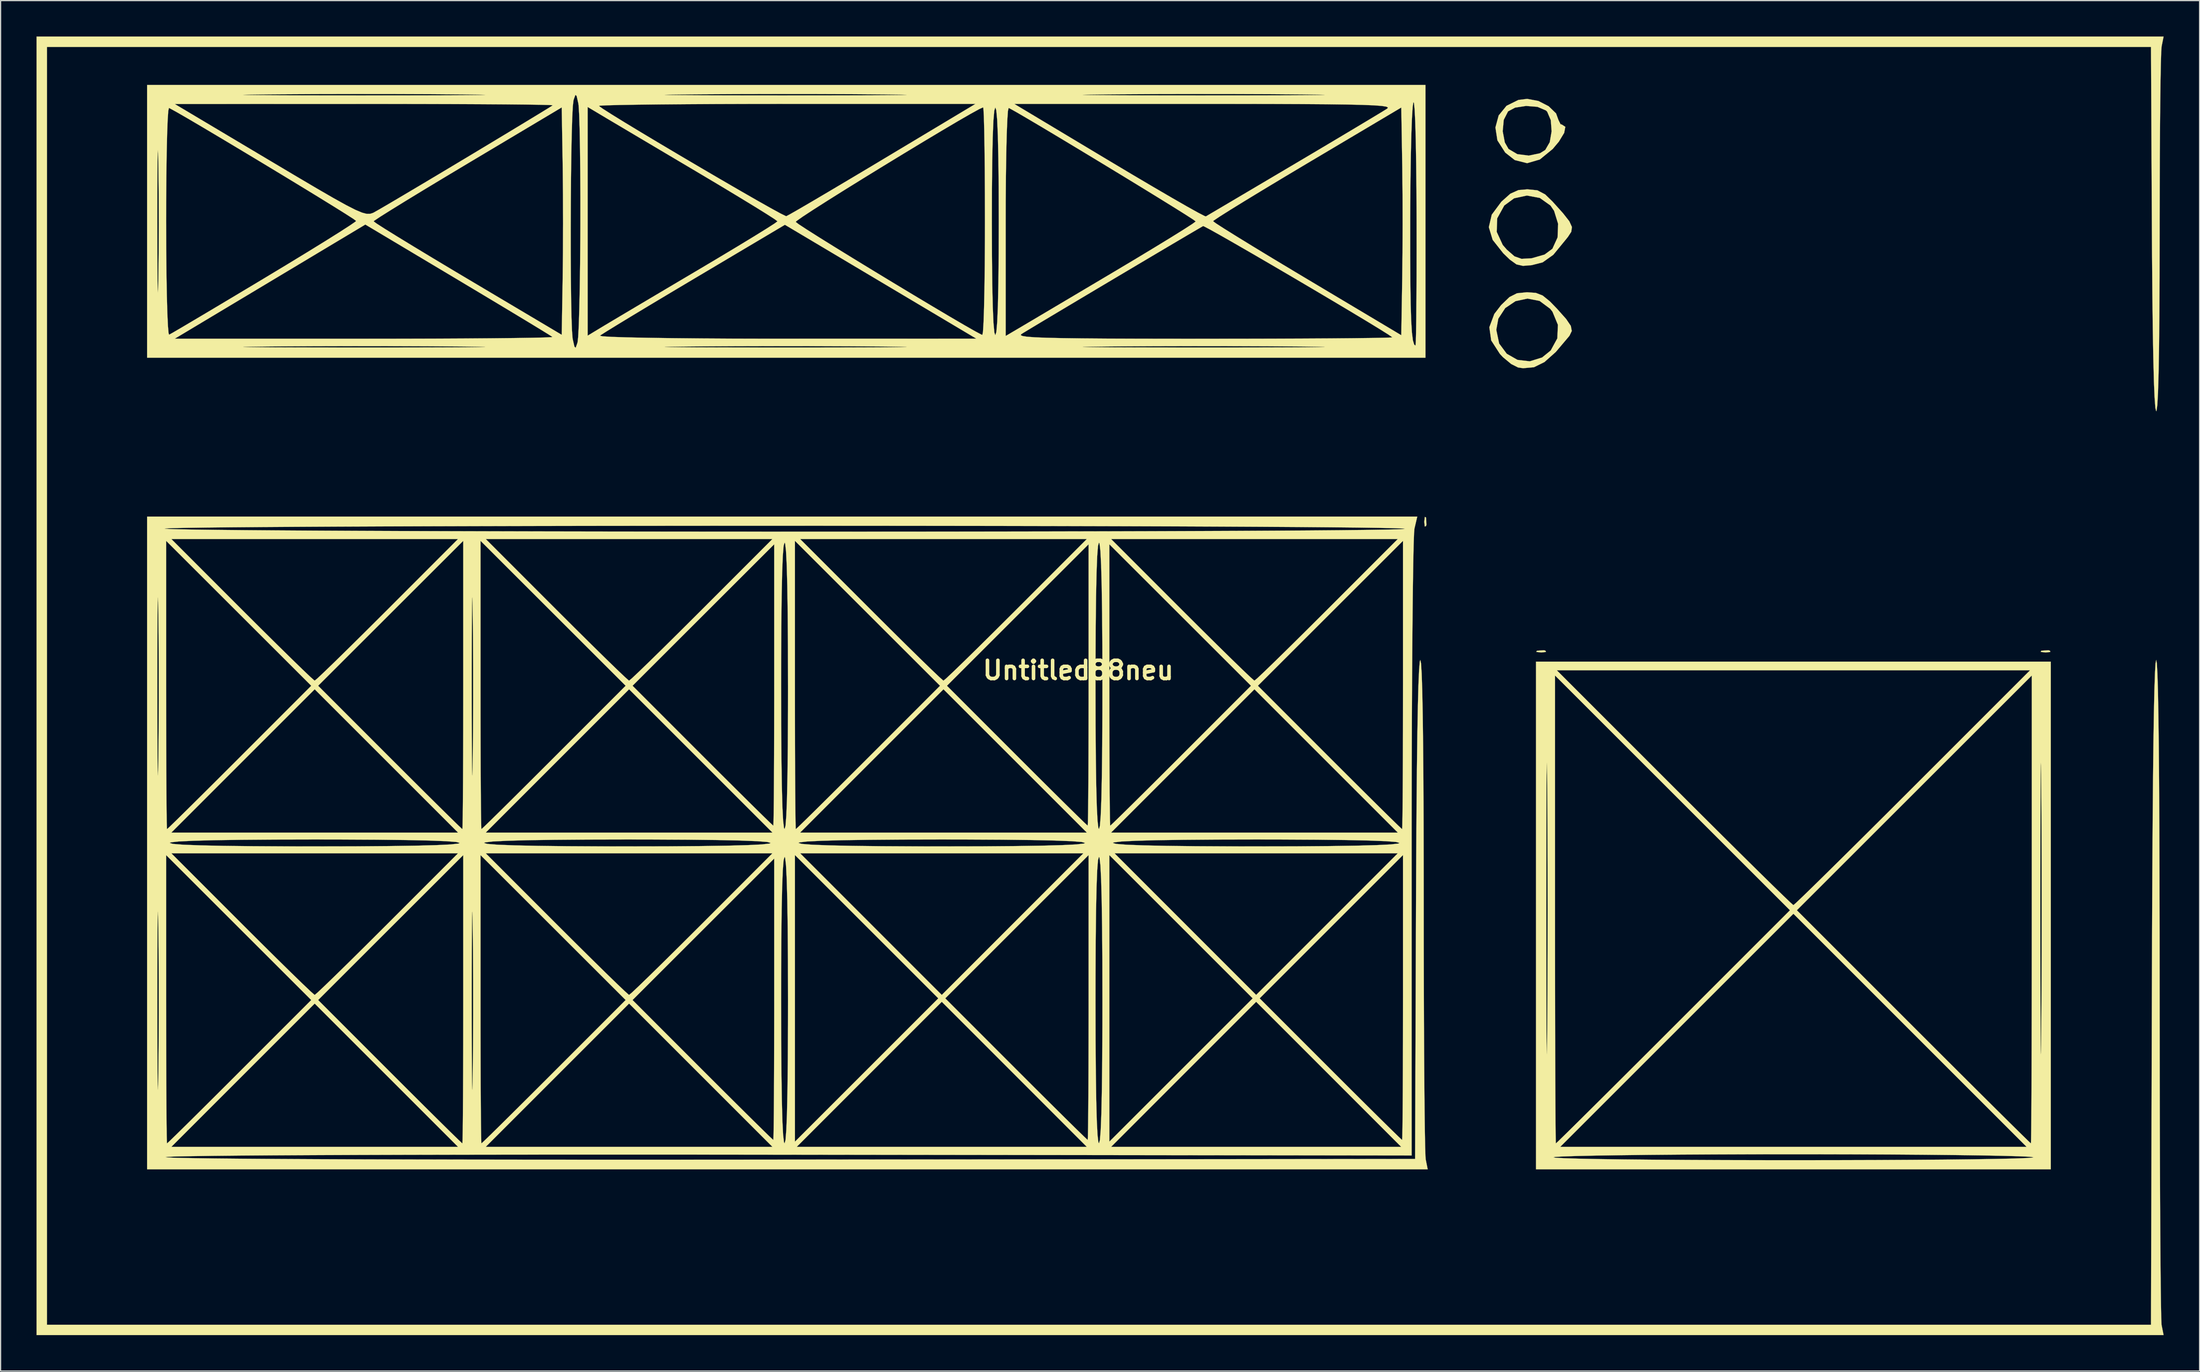
<source format=kicad_pcb>
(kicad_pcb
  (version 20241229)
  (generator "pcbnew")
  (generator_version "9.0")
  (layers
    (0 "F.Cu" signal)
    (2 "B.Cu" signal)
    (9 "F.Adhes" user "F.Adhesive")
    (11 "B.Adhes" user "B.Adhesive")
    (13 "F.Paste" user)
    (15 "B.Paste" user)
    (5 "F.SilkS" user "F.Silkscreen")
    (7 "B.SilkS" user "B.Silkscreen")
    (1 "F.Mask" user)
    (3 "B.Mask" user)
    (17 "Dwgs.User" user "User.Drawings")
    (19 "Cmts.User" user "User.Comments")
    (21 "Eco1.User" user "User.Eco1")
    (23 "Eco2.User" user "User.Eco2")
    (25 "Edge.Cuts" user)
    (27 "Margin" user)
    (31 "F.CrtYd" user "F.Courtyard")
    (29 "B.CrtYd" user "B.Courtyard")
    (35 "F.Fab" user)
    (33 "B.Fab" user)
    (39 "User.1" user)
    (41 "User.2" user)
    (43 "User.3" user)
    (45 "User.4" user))
  (footprint "Untitled88neu"
    (layer "F.Cu")
    (at 87.029 52.97)
    (property "Reference" "Untitled88neu" (at 0 0 0) (layer "F.SilkS") (effects (font (size 1.524 1.524) (thickness 0.3))))
    (attr through_hole)
    (fp_poly (pts (xy 29.055 -12.772) (xy 29.093 -12.181) (xy 29.055 -12.051) (xy 28.949 -12.014) (xy 28.909 -12.411) (xy 28.955 -12.821) (xy 29.055 -12.772)) (stroke (width 0.01) (type solid)) (fill yes) (layer "F.SilkS"))
    (fp_poly (pts (xy 39.038 -1.634) (xy 39.074 -1.529) (xy 38.677 -1.489) (xy 38.268 -1.534) (xy 38.316 -1.634) (xy 38.907 -1.672) (xy 39.038 -1.634)) (stroke (width 0.01) (type solid)) (fill yes) (layer "F.SilkS"))
    (fp_poly (pts (xy 81.179 -1.634) (xy 81.215 -1.529) (xy 80.818 -1.489) (xy 80.408 -1.534) (xy 80.457 -1.634) (xy 81.048 -1.672) (xy 81.179 -1.634)) (stroke (width 0.01) (type solid)) (fill yes) (layer "F.SilkS"))
    (fp_poly (pts (xy 38.44 -47.582) (xy 39.303 -47.138) (xy 39.919 -46.542) (xy 40.12 -45.987) (xy 40.294 -45.637) (xy 40.409 -45.605) (xy 40.693 -45.418) (xy 40.598 -44.916) (xy 40.158 -44.189) (xy 39.641 -43.572) (xy 38.564 -42.691) (xy 37.501 -42.381) (xy 36.469 -42.642) (xy 35.672 -43.269) (xy 35.018 -44.291) (xy 34.901 -45.052) (xy 35.461 -45.052) (xy 35.639 -44.112) (xy 35.951 -43.567) (xy 36.68 -43.137) (xy 37.64 -43.016) (xy 38.573 -43.21) (xy 39.015 -43.485) (xy 39.392 -44.136) (xy 39.548 -45.048) (xy 39.479 -45.978) (xy 39.179 -46.682) (xy 39.074 -46.789) (xy 38.365 -47.09) (xy 37.417 -47.166) (xy 36.497 -47.025) (xy 35.91 -46.713) (xy 35.55 -46.007) (xy 35.461 -45.052) (xy 34.901 -45.052) (xy 34.853 -45.367) (xy 35.124 -46.371) (xy 35.782 -47.179) (xy 36.774 -47.668) (xy 37.506 -47.756) (xy 38.44 -47.582)) (stroke (width 0.01) (type solid)) (fill yes) (layer "F.SilkS"))
    (fp_poly (pts (xy 38.231 -31.542) (xy 38.801 -31.32) (xy 39.408 -30.827) (xy 39.996 -30.22) (xy 40.759 -29.363) (xy 41.153 -28.783) (xy 41.232 -28.359) (xy 41.048 -27.973) (xy 41.003 -27.913) (xy 39.898 -26.605) (xy 38.95 -25.761) (xy 38.071 -25.327) (xy 37.168 -25.246) (xy 36.743 -25.308) (xy 36.169 -25.598) (xy 35.478 -26.173) (xy 35.228 -26.439) (xy 34.501 -27.567) (xy 34.375 -28.454) (xy 34.925 -28.454) (xy 35.165 -27.308) (xy 35.799 -26.454) (xy 36.695 -25.943) (xy 37.724 -25.823) (xy 38.755 -26.144) (xy 39.471 -26.726) (xy 40.024 -27.74) (xy 40.073 -28.873) (xy 39.621 -29.964) (xy 39.429 -30.212) (xy 38.542 -30.871) (xy 37.53 -31.066) (xy 36.529 -30.849) (xy 35.673 -30.273) (xy 35.096 -29.39) (xy 34.925 -28.454) (xy 34.375 -28.454) (xy 34.344 -28.669) (xy 34.76 -29.782) (xy 35.33 -30.521) (xy 36.029 -31.194) (xy 36.657 -31.511) (xy 37.464 -31.592) (xy 37.515 -31.593) (xy 38.231 -31.542)) (stroke (width 0.01) (type solid)) (fill yes) (layer "F.SilkS"))
    (fp_poly (pts (xy 38.356 -40.114) (xy 39.006 -39.774) (xy 39.62 -39.178) (xy 40.501 -38.198) (xy 41.028 -37.526) (xy 41.245 -37.048) (xy 41.192 -36.651) (xy 40.912 -36.221) (xy 40.77 -36.044) (xy 40.195 -35.342) (xy 39.687 -34.724) (xy 38.797 -34.092) (xy 37.887 -33.859) (xy 37.149 -33.8) (xy 36.61 -33.924) (xy 36.058 -34.322) (xy 35.506 -34.854) (xy 34.622 -35.974) (xy 34.42 -36.642) (xy 34.961 -36.642) (xy 35.464 -35.549) (xy 35.805 -35.155) (xy 36.449 -34.594) (xy 37.037 -34.388) (xy 37.864 -34.434) (xy 37.895 -34.438) (xy 38.961 -34.745) (xy 39.612 -35.227) (xy 40.046 -36.178) (xy 40.09 -37.312) (xy 39.755 -38.398) (xy 39.452 -38.845) (xy 38.564 -39.476) (xy 37.487 -39.678) (xy 36.416 -39.448) (xy 35.593 -38.845) (xy 35.002 -37.773) (xy 34.961 -36.642) (xy 34.42 -36.642) (xy 34.302 -37.032) (xy 34.546 -38.078) (xy 35.351 -39.162) (xy 35.353 -39.164) (xy 36.097 -39.829) (xy 36.777 -40.134) (xy 37.523 -40.199) (xy 38.356 -40.114)) (stroke (width 0.01) (type solid)) (fill yes) (layer "F.SilkS"))
    (fp_poly (pts (xy 90.509 -52.135) (xy 90.477 -51.691) (xy 90.447 -50.727) (xy 90.419 -49.302) (xy 90.395 -47.474) (xy 90.375 -45.3) (xy 90.359 -42.84) (xy 90.348 -40.15) (xy 90.343 -37.289) (xy 90.343 -36.476) (xy 90.338 -32.81) (xy 90.321 -29.641) (xy 90.294 -26.981) (xy 90.257 -24.842) (xy 90.209 -23.239) (xy 90.152 -22.183) (xy 90.084 -21.687) (xy 90.057 -21.648) (xy 89.986 -21.934) (xy 89.922 -22.783) (xy 89.864 -24.181) (xy 89.814 -26.114) (xy 89.77 -28.567) (xy 89.735 -31.526) (xy 89.707 -34.977) (xy 89.696 -36.873) (xy 89.622 -52.099) (xy -86.158 -52.099) (xy -86.158 54.697) (xy 89.622 54.697) (xy 89.695 26.915) (xy 89.712 21.712) (xy 89.733 17.031) (xy 89.759 12.879) (xy 89.789 9.262) (xy 89.823 6.186) (xy 89.862 3.657) (xy 89.905 1.682) (xy 89.951 0.265) (xy 90.002 -0.586) (xy 90.056 -0.866) (xy 90.11 -0.578) (xy 90.159 0.282) (xy 90.202 1.708) (xy 90.24 3.696) (xy 90.272 6.24) (xy 90.298 9.334) (xy 90.318 12.974) (xy 90.332 17.155) (xy 90.341 21.87) (xy 90.343 26.518) (xy 90.345 30.462) (xy 90.35 34.252) (xy 90.358 37.849) (xy 90.369 41.21) (xy 90.382 44.294) (xy 90.398 47.06) (xy 90.416 49.467) (xy 90.435 51.474) (xy 90.456 53.038) (xy 90.479 54.12) (xy 90.502 54.676) (xy 90.509 54.733) (xy 90.675 55.562) (xy -87.024 55.562) (xy -87.024 -52.965) (xy 90.675 -52.965) (xy 90.509 -52.135)) (stroke (width 0.01) (type solid)) (fill yes) (layer "F.SilkS"))
    (fp_poly (pts (xy 81.251 41.708) (xy 38.244 41.708) (xy 38.244 40.698) (xy 39.688 40.698) (xy 39.867 40.74) (xy 40.586 40.781) (xy 41.803 40.817) (xy 43.482 40.851) (xy 45.582 40.88) (xy 48.065 40.904) (xy 50.892 40.923) (xy 54.024 40.937) (xy 57.423 40.944) (xy 59.748 40.946) (xy 63.298 40.942) (xy 66.607 40.933) (xy 69.636 40.917) (xy 72.347 40.896) (xy 74.699 40.87) (xy 76.655 40.839) (xy 78.176 40.805) (xy 79.222 40.767) (xy 79.755 40.726) (xy 79.808 40.698) (xy 79.427 40.656) (xy 78.518 40.616) (xy 77.13 40.579) (xy 75.311 40.545) (xy 73.11 40.516) (xy 70.577 40.491) (xy 67.76 40.471) (xy 64.708 40.458) (xy 61.47 40.451) (xy 59.748 40.45) (xy 56.433 40.453) (xy 53.279 40.464) (xy 50.335 40.48) (xy 47.65 40.502) (xy 45.272 40.53) (xy 43.251 40.561) (xy 41.635 40.596) (xy 40.473 40.635) (xy 39.814 40.676) (xy 39.688 40.698) (xy 38.244 40.698) (xy 38.244 39.832) (xy 40.266 39.832) (xy 79.23 39.832) (xy 69.489 30.091) (xy 59.748 20.35) (xy 40.266 39.832) (xy 38.244 39.832) (xy 38.244 19.916) (xy 39.102 19.916) (xy 39.103 22.943) (xy 39.106 25.576) (xy 39.111 27.793) (xy 39.117 29.575) (xy 39.125 30.902) (xy 39.134 31.754) (xy 39.145 32.112) (xy 39.156 31.955) (xy 39.168 31.263) (xy 39.18 30.016) (xy 39.182 29.802) (xy 39.201 26.825) (xy 39.212 23.464) (xy 39.215 19.99) (xy 39.832 19.99) (xy 39.833 23.291) (xy 39.836 26.418) (xy 39.841 29.322) (xy 39.847 31.957) (xy 39.855 34.276) (xy 39.865 36.233) (xy 39.875 37.779) (xy 39.886 38.868) (xy 39.898 39.453) (xy 39.906 39.543) (xy 40.118 39.345) (xy 40.698 38.779) (xy 41.607 37.883) (xy 42.803 36.697) (xy 44.248 35.261) (xy 45.9 33.614) (xy 47.722 31.797) (xy 49.672 29.848) (xy 49.719 29.8) (xy 59.459 20.057) (xy 60.036 20.057) (xy 69.776 29.8) (xy 71.729 31.752) (xy 73.553 33.573) (xy 75.211 35.224) (xy 76.661 36.665) (xy 77.864 37.858) (xy 78.779 38.761) (xy 79.368 39.336) (xy 79.589 39.543) (xy 79.59 39.543) (xy 79.602 39.262) (xy 79.614 38.451) (xy 79.625 37.157) (xy 79.635 35.426) (xy 79.644 33.305) (xy 79.651 30.842) (xy 79.657 28.084) (xy 79.661 25.077) (xy 79.663 21.868) (xy 79.664 19.99) (xy 79.664 19.916) (xy 80.377 19.916) (xy 80.378 22.943) (xy 80.381 25.576) (xy 80.386 27.793) (xy 80.392 29.575) (xy 80.4 30.902) (xy 80.409 31.754) (xy 80.42 32.112) (xy 80.431 31.955) (xy 80.443 31.263) (xy 80.455 30.016) (xy 80.457 29.802) (xy 80.476 26.825) (xy 80.487 23.464) (xy 80.49 19.911) (xy 80.487 16.358) (xy 80.476 12.997) (xy 80.457 10.03) (xy 80.445 8.706) (xy 80.432 7.94) (xy 80.421 7.711) (xy 80.411 7.999) (xy 80.401 8.785) (xy 80.393 10.048) (xy 80.387 11.77) (xy 80.382 13.929) (xy 80.379 16.505) (xy 80.377 19.48) (xy 80.377 19.916) (xy 79.664 19.916) (xy 79.664 0.436) (xy 60.036 20.057) (xy 59.459 20.057) (xy 49.645 10.247) (xy 39.832 0.436) (xy 39.832 19.99) (xy 39.215 19.99) (xy 39.215 19.911) (xy 39.212 16.358) (xy 39.201 12.997) (xy 39.182 10.03) (xy 39.17 8.706) (xy 39.157 7.94) (xy 39.146 7.711) (xy 39.136 7.999) (xy 39.126 8.785) (xy 39.118 10.048) (xy 39.112 11.77) (xy 39.107 13.929) (xy 39.104 16.505) (xy 39.102 19.48) (xy 39.102 19.916) (xy 38.244 19.916) (xy 38.244 0) (xy 39.979 0) (xy 49.79 9.814) (xy 51.752 11.773) (xy 53.589 13.602) (xy 55.261 15.262) (xy 56.728 16.712) (xy 57.951 17.913) (xy 58.888 18.825) (xy 59.499 19.41) (xy 59.746 19.627) (xy 59.748 19.627) (xy 59.975 19.429) (xy 60.57 18.862) (xy 61.492 17.965) (xy 62.701 16.777) (xy 64.157 15.339) (xy 65.82 13.689) (xy 67.65 11.867) (xy 69.606 9.913) (xy 69.706 9.814) (xy 79.516 0) (xy 39.979 0) (xy 38.244 0) (xy 38.244 -0.722) (xy 81.251 -0.722) (xy 81.251 41.708)) (stroke (width 0.01) (type solid)) (fill yes) (layer "F.SilkS"))
    (fp_poly (pts (xy 29.008 -26.122) (xy -77.787 -26.122) (xy -77.787 -27.019) (xy -69.781 -27.019) (xy -69.349 -27.008) (xy -68.428 -26.999) (xy -67.041 -26.99) (xy -65.21 -26.984) (xy -62.956 -26.98) (xy -60.302 -26.978) (xy -59.603 -26.978) (xy -56.862 -26.979) (xy -54.519 -26.983) (xy -52.598 -26.989) (xy -51.119 -26.996) (xy -50.104 -27.006) (xy -49.574 -27.017) (xy -49.552 -27.029) (xy -50.058 -27.042) (xy -51.115 -27.056) (xy -51.47 -27.06) (xy -54.201 -27.079) (xy -57.284 -27.09) (xy -60.513 -27.093) (xy -63.683 -27.086) (xy -66.587 -27.071) (xy -67.922 -27.059) (xy -69.089 -27.045) (xy -69.702 -27.032) (xy -69.781 -27.019) (xy -77.787 -27.019) (xy -77.787 -27.712) (xy -75.478 -27.712) (xy -59.627 -27.71) (xy -56.668 -27.713) (xy -53.894 -27.72) (xy -51.357 -27.732) (xy -49.107 -27.748) (xy -47.197 -27.767) (xy -45.677 -27.789) (xy -44.6 -27.814) (xy -44.017 -27.841) (xy -43.926 -27.858) (xy -44.202 -28.038) (xy -44.913 -28.476) (xy -45.998 -29.136) (xy -47.396 -29.98) (xy -49.046 -30.972) (xy -50.888 -32.075) (xy -51.817 -32.631) (xy -59.558 -37.253) (xy -75.478 -27.712) (xy -77.787 -27.712) (xy -77.787 -37.523) (xy -76.937 -37.523) (xy -76.934 -35.464) (xy -76.928 -33.81) (xy -76.918 -32.588) (xy -76.905 -31.826) (xy -76.889 -31.554) (xy -76.871 -31.799) (xy -76.852 -32.59) (xy -76.85 -32.688) (xy -76.824 -34.833) (xy -76.814 -37.279) (xy -76.815 -37.523) (xy -76.2 -37.523) (xy -76.193 -35.243) (xy -76.172 -33.163) (xy -76.14 -31.349) (xy -76.099 -29.867) (xy -76.049 -28.785) (xy -75.993 -28.167) (xy -75.951 -28.046) (xy -75.651 -28.213) (xy -74.918 -28.641) (xy -73.814 -29.294) (xy -72.401 -30.133) (xy -70.742 -31.123) (xy -68.898 -32.227) (xy -68.014 -32.757) (xy -66.118 -33.901) (xy -64.391 -34.953) (xy -62.895 -35.876) (xy -61.687 -36.634) (xy -60.829 -37.188) (xy -60.378 -37.501) (xy -60.357 -37.523) (xy -58.867 -37.523) (xy -58.629 -37.346) (xy -57.953 -36.911) (xy -56.898 -36.256) (xy -55.523 -35.417) (xy -53.888 -34.428) (xy -52.052 -33.328) (xy -51.01 -32.708) (xy -43.151 -28.038) (xy -43.072 -32.78) (xy -43.048 -34.902) (xy -43.041 -36.935) (xy -42.398 -36.935) (xy -42.397 -34.829) (xy -42.386 -32.837) (xy -42.365 -31.047) (xy -42.335 -29.544) (xy -42.294 -28.416) (xy -42.243 -27.748) (xy -42.23 -27.673) (xy -42.089 -27.051) (xy -41.986 -26.951) (xy -41.962 -27.019) (xy -34.567 -27.019) (xy -34.135 -27.008) (xy -33.215 -26.999) (xy -31.828 -26.99) (xy -29.996 -26.984) (xy -27.742 -26.98) (xy -25.088 -26.978) (xy -24.39 -26.978) (xy -21.648 -26.979) (xy -19.306 -26.983) (xy -17.384 -26.989) (xy -15.905 -26.996) (xy -14.89 -27.006) (xy -14.36 -27.017) (xy -14.355 -27.019) (xy 0.358 -27.019) (xy 0.79 -27.008) (xy 1.71 -26.999) (xy 3.097 -26.99) (xy 4.929 -26.984) (xy 7.183 -26.98) (xy 9.837 -26.978) (xy 10.535 -26.978) (xy 13.277 -26.979) (xy 15.619 -26.983) (xy 17.541 -26.989) (xy 19.02 -26.996) (xy 20.035 -27.006) (xy 20.565 -27.017) (xy 20.587 -27.029) (xy 20.081 -27.042) (xy 19.024 -27.056) (xy 18.669 -27.06) (xy 15.937 -27.079) (xy 12.854 -27.09) (xy 9.625 -27.093) (xy 6.456 -27.086) (xy 3.551 -27.071) (xy 2.216 -27.059) (xy 1.049 -27.045) (xy 0.437 -27.032) (xy 0.358 -27.019) (xy -14.355 -27.019) (xy -14.338 -27.029) (xy -14.844 -27.042) (xy -15.901 -27.056) (xy -16.256 -27.06) (xy -18.988 -27.079) (xy -22.071 -27.09) (xy -25.3 -27.093) (xy -28.469 -27.086) (xy -31.374 -27.071) (xy -32.709 -27.059) (xy -33.876 -27.045) (xy -34.488 -27.032) (xy -34.567 -27.019) (xy -41.962 -27.019) (xy -41.852 -27.332) (xy -41.826 -27.42) (xy -41.775 -27.88) (xy -41.771 -27.962) (xy -39.962 -27.962) (xy -39.736 -27.912) (xy -38.978 -27.866) (xy -37.73 -27.825) (xy -36.037 -27.789) (xy -33.943 -27.759) (xy -31.492 -27.736) (xy -28.728 -27.72) (xy -25.694 -27.713) (xy -24.375 -27.713) (xy -8.515 -27.716) (xy -16.51 -32.475) (xy -24.505 -37.233) (xy -32.096 -32.724) (xy -33.997 -31.592) (xy -35.742 -30.548) (xy -37.267 -29.629) (xy -38.51 -28.874) (xy -39.407 -28.322) (xy -39.895 -28.011) (xy -39.962 -27.962) (xy -41.771 -27.962) (xy -41.771 -27.965) (xy -40.986 -27.965) (xy -39.76 -28.707) (xy -39.182 -29.053) (xy -38.188 -29.645) (xy -36.859 -30.435) (xy -35.274 -31.375) (xy -33.516 -32.417) (xy -31.831 -33.414) (xy -30.063 -34.465) (xy -28.469 -35.422) (xy -27.114 -36.246) (xy -26.063 -36.896) (xy -25.378 -37.335) (xy -25.191 -37.473) (xy -23.604 -37.473) (xy -23.349 -37.277) (xy -22.67 -36.832) (xy -21.641 -36.18) (xy -20.334 -35.367) (xy -18.822 -34.436) (xy -17.178 -33.432) (xy -15.475 -32.399) (xy -13.786 -31.381) (xy -12.184 -30.422) (xy -10.742 -29.566) (xy -9.533 -28.859) (xy -8.629 -28.343) (xy -8.104 -28.063) (xy -8.01 -28.026) (xy -7.958 -28.296) (xy -7.911 -29.077) (xy -7.869 -30.301) (xy -7.835 -31.901) (xy -7.81 -33.811) (xy -7.796 -35.963) (xy -7.793 -37.523) (xy -7.216 -37.523) (xy -7.207 -34.643) (xy -7.182 -32.257) (xy -7.139 -30.384) (xy -7.081 -29.038) (xy -7.008 -28.238) (xy -6.927 -27.998) (xy -6.84 -28.283) (xy -6.768 -29.13) (xy -6.711 -30.519) (xy -6.67 -32.436) (xy -6.646 -34.863) (xy -6.639 -37.518) (xy -6.061 -37.518) (xy -6.061 -27.941) (xy -5.943 -28.01) (xy -4.806 -28.01) (xy -4.662 -27.939) (xy -4.285 -27.879) (xy -3.634 -27.83) (xy -2.67 -27.791) (xy -1.352 -27.761) (xy 0.359 -27.739) (xy 2.503 -27.723) (xy 5.119 -27.714) (xy 8.247 -27.71) (xy 10.519 -27.709) (xy 13.478 -27.711) (xy 16.254 -27.717) (xy 18.793 -27.727) (xy 21.046 -27.739) (xy 22.959 -27.755) (xy 24.482 -27.773) (xy 25.562 -27.793) (xy 26.149 -27.814) (xy 26.242 -27.828) (xy 25.916 -28.054) (xy 25.177 -28.518) (xy 24.098 -29.177) (xy 22.749 -29.988) (xy 21.205 -30.908) (xy 19.538 -31.896) (xy 17.82 -32.908) (xy 16.125 -33.901) (xy 14.523 -34.833) (xy 13.089 -35.661) (xy 11.894 -36.343) (xy 11.012 -36.835) (xy 10.514 -37.096) (xy 10.431 -37.126) (xy 9.98 -36.865) (xy 9.128 -36.365) (xy 7.952 -35.671) (xy 6.528 -34.828) (xy 4.934 -33.883) (xy 3.246 -32.88) (xy 1.541 -31.866) (xy -0.105 -30.885) (xy -1.615 -29.984) (xy -2.913 -29.208) (xy -3.921 -28.603) (xy -4.563 -28.215) (xy -4.755 -28.095) (xy -4.806 -28.01) (xy -5.943 -28.01) (xy -4.979 -28.577) (xy -4.446 -28.892) (xy -3.494 -29.456) (xy -2.2 -30.224) (xy -0.641 -31.148) (xy 1.105 -32.185) (xy 2.959 -33.286) (xy 4.747 -34.353) (xy 6.361 -35.328) (xy 7.739 -36.17) (xy 8.815 -36.84) (xy 9.527 -37.3) (xy 9.811 -37.51) (xy 9.814 -37.515) (xy 9.788 -37.534) (xy 11.265 -37.534) (xy 11.506 -37.353) (xy 12.184 -36.915) (xy 13.241 -36.256) (xy 14.616 -35.412) (xy 16.251 -34.419) (xy 18.087 -33.315) (xy 19.131 -32.691) (xy 26.988 -28.003) (xy 27.067 -32.763) (xy 27.09 -34.892) (xy 27.099 -37.32) (xy 27.098 -37.667) (xy 27.733 -37.667) (xy 27.733 -34.806) (xy 27.746 -32.478) (xy 27.773 -30.635) (xy 27.816 -29.234) (xy 27.878 -28.229) (xy 27.96 -27.574) (xy 28.064 -27.224) (xy 28.176 -27.132) (xy 28.2 -27.41) (xy 28.222 -28.201) (xy 28.24 -29.441) (xy 28.254 -31.065) (xy 28.264 -33.011) (xy 28.268 -35.212) (xy 28.266 -37.595) (xy 28.255 -40.152) (xy 28.231 -42.404) (xy 28.198 -44.304) (xy 28.155 -45.804) (xy 28.105 -46.858) (xy 28.047 -47.419) (xy 27.998 -47.481) (xy 27.937 -47.058) (xy 27.88 -46.133) (xy 27.83 -44.779) (xy 27.788 -43.069) (xy 27.757 -41.079) (xy 27.738 -38.883) (xy 27.733 -37.667) (xy 27.098 -37.667) (xy 27.093 -39.77) (xy 27.072 -41.965) (xy 27.067 -42.279) (xy 26.988 -47.034) (xy 19.122 -42.362) (xy 17.202 -41.216) (xy 15.452 -40.162) (xy 13.931 -39.237) (xy 12.698 -38.477) (xy 11.813 -37.918) (xy 11.334 -37.596) (xy 11.265 -37.534) (xy 9.788 -37.534) (xy 9.578 -37.687) (xy 8.919 -38.111) (xy 7.908 -38.744) (xy 6.617 -39.542) (xy 5.12 -40.462) (xy 3.486 -41.459) (xy 1.789 -42.49) (xy 0.101 -43.511) (xy -1.507 -44.479) (xy -2.962 -45.35) (xy -4.193 -46.079) (xy -5.128 -46.625) (xy -5.694 -46.942) (xy -5.813 -47) (xy -5.872 -46.746) (xy -5.926 -45.981) (xy -5.974 -44.771) (xy -6.013 -43.182) (xy -6.041 -41.281) (xy -6.058 -39.134) (xy -6.061 -37.518) (xy -6.639 -37.518) (xy -6.639 -37.523) (xy -6.647 -40.403) (xy -6.673 -42.788) (xy -6.715 -44.662) (xy -6.773 -46.007) (xy -6.847 -46.807) (xy -6.927 -47.048) (xy -7.015 -46.762) (xy -7.087 -45.916) (xy -7.144 -44.526) (xy -7.184 -42.609) (xy -7.209 -40.182) (xy -7.216 -37.523) (xy -7.793 -37.523) (xy -7.798 -39.802) (xy -7.81 -41.886) (xy -7.83 -43.707) (xy -7.855 -45.197) (xy -7.886 -46.291) (xy -7.92 -46.92) (xy -7.945 -47.048) (xy -8.267 -46.904) (xy -8.997 -46.502) (xy -10.065 -45.886) (xy -11.397 -45.099) (xy -12.924 -44.185) (xy -14.572 -43.188) (xy -16.271 -42.152) (xy -17.949 -41.12) (xy -19.534 -40.137) (xy -20.955 -39.245) (xy -22.14 -38.49) (xy -23.018 -37.914) (xy -23.516 -37.561) (xy -23.604 -37.473) (xy -25.191 -37.473) (xy -25.126 -37.521) (xy -25.126 -37.523) (xy -25.363 -37.702) (xy -26.033 -38.134) (xy -27.073 -38.78) (xy -28.419 -39.6) (xy -30.005 -40.556) (xy -31.769 -41.606) (xy -31.827 -41.641) (xy -33.675 -42.736) (xy -35.421 -43.772) (xy -36.986 -44.7) (xy -38.289 -45.474) (xy -39.25 -46.044) (xy -39.76 -46.348) (xy -40.986 -47.08) (xy -40.986 -27.965) (xy -41.771 -27.965) (xy -41.726 -28.841) (xy -41.683 -30.227) (xy -41.645 -31.962) (xy -41.616 -33.969) (xy -41.597 -36.173) (xy -41.592 -37.27) (xy -41.591 -39.556) (xy -41.603 -41.694) (xy -41.624 -43.607) (xy -41.655 -45.214) (xy -41.694 -46.438) (xy -41.738 -47.167) (xy -40.048 -47.167) (xy -39.702 -46.92) (xy -38.944 -46.437) (xy -37.848 -45.762) (xy -36.487 -44.938) (xy -34.934 -44.009) (xy -33.264 -43.018) (xy -31.549 -42.007) (xy -29.863 -41.021) (xy -28.279 -40.102) (xy -26.871 -39.293) (xy -25.713 -38.639) (xy -24.876 -38.181) (xy -24.436 -37.964) (xy -24.39 -37.952) (xy -24.079 -38.116) (xy -23.336 -38.541) (xy -22.223 -39.191) (xy -20.801 -40.03) (xy -19.134 -41.02) (xy -17.281 -42.124) (xy -16.344 -42.686) (xy -8.589 -47.335) (xy -5.34 -47.335) (xy 2.577 -42.588) (xy 4.507 -41.436) (xy 6.277 -40.391) (xy 7.828 -39.486) (xy 9.098 -38.757) (xy 10.028 -38.239) (xy 10.559 -37.965) (xy 10.659 -37.931) (xy 10.94 -38.096) (xy 11.655 -38.518) (xy 12.739 -39.158) (xy 14.129 -39.98) (xy 15.761 -40.945) (xy 17.573 -42.017) (xy 18.04 -42.293) (xy 19.911 -43.402) (xy 21.641 -44.431) (xy 23.162 -45.339) (xy 24.405 -46.084) (xy 25.301 -46.625) (xy 25.784 -46.923) (xy 25.825 -46.95) (xy 25.876 -47.035) (xy 25.733 -47.107) (xy 25.356 -47.167) (xy 24.705 -47.215) (xy 23.74 -47.254) (xy 22.423 -47.284) (xy 20.712 -47.306) (xy 18.57 -47.321) (xy 15.954 -47.331) (xy 12.827 -47.335) (xy 10.527 -47.335) (xy -5.34 -47.335) (xy -8.589 -47.335) (xy -8.586 -47.336) (xy -24.401 -47.336) (xy -27.356 -47.333) (xy -30.125 -47.325) (xy -32.658 -47.311) (xy -34.901 -47.293) (xy -36.805 -47.271) (xy -38.317 -47.246) (xy -39.387 -47.217) (xy -39.962 -47.187) (xy -40.048 -47.167) (xy -41.738 -47.167) (xy -41.74 -47.2) (xy -41.763 -47.372) (xy -41.904 -47.995) (xy -42.003 -48.09) (xy -34.567 -48.09) (xy -34.135 -48.079) (xy -33.215 -48.069) (xy -31.828 -48.061) (xy -29.996 -48.055) (xy -27.742 -48.051) (xy -25.088 -48.049) (xy -24.39 -48.049) (xy -21.648 -48.05) (xy -19.306 -48.054) (xy -17.384 -48.059) (xy -15.905 -48.067) (xy -14.89 -48.076) (xy -14.36 -48.087) (xy -14.355 -48.09) (xy 0.358 -48.09) (xy 0.79 -48.079) (xy 1.71 -48.069) (xy 3.097 -48.061) (xy 4.929 -48.055) (xy 7.183 -48.051) (xy 9.837 -48.049) (xy 10.535 -48.049) (xy 13.277 -48.05) (xy 15.619 -48.054) (xy 17.541 -48.059) (xy 19.02 -48.067) (xy 20.035 -48.076) (xy 20.565 -48.087) (xy 20.587 -48.099) (xy 20.081 -48.112) (xy 19.024 -48.126) (xy 18.669 -48.13) (xy 15.937 -48.15) (xy 12.854 -48.161) (xy 9.625 -48.163) (xy 6.456 -48.157) (xy 3.551 -48.141) (xy 2.216 -48.13) (xy 1.049 -48.116) (xy 0.437 -48.102) (xy 0.358 -48.09) (xy -14.355 -48.09) (xy -14.338 -48.099) (xy -14.844 -48.112) (xy -15.901 -48.126) (xy -16.256 -48.13) (xy -18.988 -48.15) (xy -22.071 -48.161) (xy -25.3 -48.163) (xy -28.469 -48.157) (xy -31.374 -48.141) (xy -32.709 -48.13) (xy -33.876 -48.116) (xy -34.488 -48.102) (xy -34.567 -48.09) (xy -42.003 -48.09) (xy -42.007 -48.094) (xy -42.142 -47.714) (xy -42.167 -47.625) (xy -42.224 -47.138) (xy -42.273 -46.159) (xy -42.315 -44.777) (xy -42.349 -43.077) (xy -42.374 -41.145) (xy -42.39 -39.069) (xy -42.398 -36.935) (xy -43.041 -36.935) (xy -43.039 -37.324) (xy -43.046 -39.771) (xy -43.067 -41.966) (xy -43.072 -42.282) (xy -43.151 -47.042) (xy -51.008 -42.355) (xy -52.926 -41.206) (xy -54.676 -40.15) (xy -56.197 -39.223) (xy -57.43 -38.462) (xy -58.316 -37.904) (xy -58.797 -37.583) (xy -58.867 -37.523) (xy -60.357 -37.523) (xy -60.325 -37.555) (xy -60.561 -37.729) (xy -61.222 -38.154) (xy -62.234 -38.786) (xy -63.526 -39.583) (xy -65.027 -40.5) (xy -66.663 -41.494) (xy -68.362 -42.521) (xy -70.053 -43.538) (xy -71.664 -44.502) (xy -73.121 -45.368) (xy -74.354 -46.094) (xy -75.29 -46.634) (xy -75.856 -46.947) (xy -75.964 -47) (xy -76.02 -46.746) (xy -76.072 -45.981) (xy -76.117 -44.771) (xy -76.154 -43.182) (xy -76.181 -41.282) (xy -76.197 -39.134) (xy -76.2 -37.523) (xy -76.815 -37.523) (xy -76.821 -39.752) (xy -76.844 -41.977) (xy -76.85 -42.357) (xy -76.869 -43.199) (xy -76.887 -43.492) (xy -76.903 -43.264) (xy -76.917 -42.545) (xy -76.927 -41.362) (xy -76.934 -39.745) (xy -76.937 -37.721) (xy -76.937 -37.523) (xy -77.787 -37.523) (xy -77.787 -47.328) (xy -75.478 -47.328) (xy -67.541 -42.6) (xy -65.343 -41.293) (xy -63.585 -40.256) (xy -62.211 -39.461) (xy -61.165 -38.88) (xy -60.393 -38.486) (xy -59.838 -38.251) (xy -59.446 -38.147) (xy -59.162 -38.147) (xy -58.929 -38.222) (xy -58.855 -38.258) (xy -58.419 -38.504) (xy -57.558 -39.006) (xy -56.346 -39.722) (xy -54.852 -40.609) (xy -53.149 -41.625) (xy -51.306 -42.729) (xy -51.062 -42.875) (xy -49.245 -43.968) (xy -47.593 -44.964) (xy -46.17 -45.825) (xy -45.039 -46.512) (xy -44.265 -46.986) (xy -43.911 -47.21) (xy -43.897 -47.221) (xy -44.154 -47.242) (xy -44.936 -47.262) (xy -46.193 -47.281) (xy -47.872 -47.297) (xy -49.922 -47.31) (xy -52.291 -47.321) (xy -54.928 -47.328) (xy -57.78 -47.332) (xy -59.627 -47.332) (xy -75.478 -47.328) (xy -77.787 -47.328) (xy -77.787 -48.09) (xy -69.781 -48.09) (xy -69.349 -48.079) (xy -68.428 -48.069) (xy -67.041 -48.061) (xy -65.21 -48.055) (xy -62.956 -48.051) (xy -60.302 -48.049) (xy -59.603 -48.049) (xy -56.862 -48.05) (xy -54.519 -48.054) (xy -52.598 -48.059) (xy -51.119 -48.067) (xy -50.104 -48.076) (xy -49.574 -48.087) (xy -49.552 -48.099) (xy -50.058 -48.112) (xy -51.115 -48.126) (xy -51.47 -48.13) (xy -54.201 -48.15) (xy -57.284 -48.161) (xy -60.513 -48.163) (xy -63.683 -48.157) (xy -66.587 -48.141) (xy -67.922 -48.13) (xy -69.089 -48.116) (xy -69.702 -48.102) (xy -69.781 -48.09) (xy -77.787 -48.09) (xy -77.787 -48.924) (xy 29.008 -48.924) (xy 29.008 -26.122)) (stroke (width 0.01) (type solid)) (fill yes) (layer "F.SilkS"))
    (fp_poly (pts (xy 28.088 -11.834) (xy 28.054 -11.4) (xy 28.02 -10.432) (xy 27.989 -8.972) (xy 27.96 -7.065) (xy 27.933 -4.753) (xy 27.91 -2.08) (xy 27.89 0.912) (xy 27.874 4.18) (xy 27.863 7.679) (xy 27.856 11.367) (xy 27.853 14.865) (xy 27.853 40.553) (xy -23.876 40.488) (xy -30.036 40.481) (xy -35.905 40.478) (xy -41.463 40.478) (xy -46.689 40.481) (xy -51.562 40.487) (xy -56.061 40.496) (xy -60.165 40.508) (xy -63.853 40.523) (xy -67.104 40.54) (xy -69.897 40.56) (xy -72.212 40.583) (xy -74.026 40.608) (xy -75.32 40.635) (xy -76.072 40.664) (xy -76.264 40.686) (xy -76.06 40.718) (xy -75.296 40.748) (xy -73.989 40.775) (xy -72.154 40.8) (xy -69.809 40.822) (xy -66.972 40.842) (xy -63.657 40.859) (xy -59.883 40.874) (xy -55.667 40.885) (xy -51.024 40.894) (xy -45.972 40.9) (xy -40.528 40.903) (xy -34.708 40.903) (xy -28.529 40.9) (xy -24.39 40.896) (xy 28.142 40.842) (xy 28.216 19.988) (xy 28.236 15.561) (xy 28.261 11.64) (xy 28.293 8.236) (xy 28.33 5.357) (xy 28.373 3.013) (xy 28.421 1.211) (xy 28.475 -0.037) (xy 28.533 -0.724) (xy 28.577 -0.866) (xy 28.639 -0.579) (xy 28.693 0.278) (xy 28.74 1.696) (xy 28.78 3.666) (xy 28.812 6.182) (xy 28.837 9.235) (xy 28.853 12.818) (xy 28.862 16.921) (xy 28.864 19.591) (xy 28.866 22.997) (xy 28.873 26.248) (xy 28.883 29.296) (xy 28.897 32.094) (xy 28.915 34.592) (xy 28.935 36.742) (xy 28.958 38.496) (xy 28.983 39.805) (xy 29.009 40.621) (xy 29.03 40.878) (xy 29.196 41.708) (xy -77.787 41.708) (xy -77.787 39.832) (xy -75.765 39.832) (xy -51.812 39.832) (xy -49.499 39.832) (xy -25.546 39.832) (xy -23.519 39.832) (xy 0.716 39.832) (xy 2.747 39.832) (xy 26.982 39.832) (xy 20.926 33.77) (xy 19.401 32.244) (xy 18.017 30.859) (xy 16.823 29.665) (xy 15.87 28.712) (xy 15.208 28.051) (xy 14.887 27.731) (xy 14.865 27.709) (xy 14.668 27.905) (xy 14.113 28.459) (xy 13.251 29.321) (xy 12.131 30.441) (xy 10.804 31.769) (xy 9.32 33.254) (xy 8.803 33.77) (xy 2.747 39.832) (xy 0.716 39.832) (xy -5.34 33.77) (xy -6.865 32.244) (xy -8.249 30.859) (xy -9.443 29.665) (xy -10.396 28.712) (xy -11.058 28.051) (xy -11.379 27.731) (xy -11.401 27.709) (xy -11.598 27.905) (xy -12.153 28.459) (xy -13.015 29.321) (xy -14.135 30.441) (xy -15.462 31.769) (xy -16.946 33.254) (xy -17.462 33.77) (xy -23.519 39.832) (xy -25.546 39.832) (xy -37.523 27.855) (xy -43.511 33.843) (xy -49.499 39.832) (xy -51.812 39.832) (xy -63.789 27.855) (xy -69.777 33.843) (xy -75.765 39.832) (xy -77.787 39.832) (xy -77.787 27.565) (xy -76.934 27.565) (xy -76.932 29.897) (xy -76.927 31.83) (xy -76.919 33.341) (xy -76.909 34.402) (xy -76.896 34.987) (xy -76.882 35.071) (xy -76.866 34.627) (xy -76.85 33.718) (xy -76.827 31.396) (xy -76.816 28.734) (xy -76.817 27.495) (xy -76.2 27.495) (xy -76.198 30.069) (xy -76.193 32.455) (xy -76.186 34.593) (xy -76.175 36.424) (xy -76.163 37.887) (xy -76.149 38.922) (xy -76.133 39.47) (xy -76.125 39.543) (xy -75.91 39.347) (xy -75.339 38.793) (xy -74.463 37.931) (xy -73.333 36.811) (xy -72 35.485) (xy -70.515 34.003) (xy -70.064 33.551) (xy -64.077 27.56) (xy -63.5 27.56) (xy -57.513 33.551) (xy -55.994 35.069) (xy -54.612 36.446) (xy -53.418 37.63) (xy -52.463 38.572) (xy -51.798 39.221) (xy -51.475 39.526) (xy -51.452 39.543) (xy -51.436 39.265) (xy -51.421 38.468) (xy -51.408 37.215) (xy -51.397 35.563) (xy -51.388 33.573) (xy -51.381 31.306) (xy -51.378 28.819) (xy -51.377 27.565) (xy -50.668 27.565) (xy -50.666 29.897) (xy -50.661 31.83) (xy -50.653 33.341) (xy -50.643 34.402) (xy -50.63 34.987) (xy -50.616 35.071) (xy -50.6 34.627) (xy -50.584 33.718) (xy -50.561 31.396) (xy -50.55 28.734) (xy -50.551 27.495) (xy -49.934 27.495) (xy -49.932 30.069) (xy -49.927 32.455) (xy -49.92 34.593) (xy -49.909 36.424) (xy -49.897 37.887) (xy -49.883 38.922) (xy -49.868 39.47) (xy -49.859 39.543) (xy -49.645 39.347) (xy -49.073 38.793) (xy -48.197 37.931) (xy -47.067 36.811) (xy -45.734 35.485) (xy -44.249 34.003) (xy -43.798 33.551) (xy -37.811 27.56) (xy -37.811 27.56) (xy -37.234 27.56) (xy -31.392 33.407) (xy -29.892 34.906) (xy -28.529 36.263) (xy -27.356 37.426) (xy -26.423 38.345) (xy -25.783 38.969) (xy -25.488 39.245) (xy -25.475 39.255) (xy -25.459 38.976) (xy -25.444 38.181) (xy -25.43 36.929) (xy -25.419 35.282) (xy -25.41 33.3) (xy -25.404 31.043) (xy -25.4 28.572) (xy -25.4 27.565) (xy -24.823 27.565) (xy -24.816 30.858) (xy -24.795 33.642) (xy -24.761 35.905) (xy -24.715 37.633) (xy -24.655 38.816) (xy -24.583 39.441) (xy -24.534 39.543) (xy -24.494 39.397) (xy -23.668 39.397) (xy -11.692 27.42) (xy -11.693 27.419) (xy -11.109 27.419) (xy -5.196 33.337) (xy -3.687 34.845) (xy -2.315 36.211) (xy -1.131 37.385) (xy -0.188 38.315) (xy 0.465 38.951) (xy 0.773 39.242) (xy 0.791 39.255) (xy 0.807 38.976) (xy 0.822 38.18) (xy 0.835 36.928) (xy 0.847 35.278) (xy 0.856 33.292) (xy 0.862 31.03) (xy 0.866 28.551) (xy 0.866 27.565) (xy 1.443 27.565) (xy 1.45 30.858) (xy 1.471 33.642) (xy 1.504 35.905) (xy 1.551 37.633) (xy 1.611 38.816) (xy 1.683 39.441) (xy 1.732 39.543) (xy 1.772 39.397) (xy 2.598 39.397) (xy 14.574 27.42) (xy 14.573 27.419) (xy 15.157 27.419) (xy 21.07 33.337) (xy 22.579 34.845) (xy 23.951 36.211) (xy 25.135 37.385) (xy 26.078 38.315) (xy 26.73 38.951) (xy 27.039 39.242) (xy 27.057 39.255) (xy 27.073 38.976) (xy 27.088 38.18) (xy 27.101 36.928) (xy 27.113 35.278) (xy 27.122 33.292) (xy 27.128 31.03) (xy 27.131 28.551) (xy 27.132 27.349) (xy 27.132 15.444) (xy 21.144 21.431) (xy 15.157 27.419) (xy 14.573 27.419) (xy 2.598 15.444) (xy 2.598 39.397) (xy 1.772 39.397) (xy 1.811 39.257) (xy 1.878 38.405) (xy 1.933 37) (xy 1.974 35.055) (xy 2.003 32.58) (xy 2.018 29.589) (xy 2.02 27.565) (xy 2.014 24.271) (xy 1.993 21.487) (xy 1.959 19.225) (xy 1.912 17.496) (xy 1.853 16.313) (xy 1.781 15.688) (xy 1.732 15.586) (xy 1.652 15.873) (xy 1.585 16.725) (xy 1.531 18.129) (xy 1.489 20.075) (xy 1.461 22.549) (xy 1.446 25.541) (xy 1.443 27.565) (xy 0.866 27.565) (xy 0.866 27.349) (xy 0.866 15.444) (xy -5.122 21.431) (xy -11.109 27.419) (xy -11.693 27.419) (xy -23.668 15.444) (xy -23.668 39.397) (xy -24.494 39.397) (xy -24.455 39.257) (xy -24.388 38.405) (xy -24.333 37) (xy -24.291 35.055) (xy -24.263 32.58) (xy -24.248 29.589) (xy -24.245 27.565) (xy -24.252 24.271) (xy -24.273 21.487) (xy -24.307 19.225) (xy -24.354 17.496) (xy -24.413 16.313) (xy -24.485 15.688) (xy -24.534 15.586) (xy -24.613 15.873) (xy -24.681 16.725) (xy -24.735 18.129) (xy -24.777 20.075) (xy -24.805 22.549) (xy -24.82 25.541) (xy -24.823 27.565) (xy -25.4 27.565) (xy -25.4 27.495) (xy -25.4 15.736) (xy -31.317 21.648) (xy -37.234 27.56) (xy -37.811 27.56) (xy -49.934 15.447) (xy -49.934 27.495) (xy -50.551 27.495) (xy -50.552 25.969) (xy -50.565 23.34) (xy -50.584 21.595) (xy -50.601 20.601) (xy -50.617 20.16) (xy -50.631 20.246) (xy -50.643 20.834) (xy -50.654 21.899) (xy -50.662 23.417) (xy -50.666 25.361) (xy -50.668 27.565) (xy -51.377 27.565) (xy -51.377 27.495) (xy -51.377 15.447) (xy -57.439 21.503) (xy -63.5 27.56) (xy -64.077 27.56) (xy -76.2 15.447) (xy -76.2 27.495) (xy -76.817 27.495) (xy -76.817 25.969) (xy -76.831 23.34) (xy -76.85 21.595) (xy -76.867 20.601) (xy -76.883 20.16) (xy -76.897 20.246) (xy -76.909 20.834) (xy -76.92 21.899) (xy -76.927 23.417) (xy -76.932 25.361) (xy -76.934 27.565) (xy -77.787 27.565) (xy -77.787 15.298) (xy -75.762 15.298) (xy -69.85 21.215) (xy -68.337 22.724) (xy -66.957 24.091) (xy -65.762 25.265) (xy -64.805 26.195) (xy -64.137 26.83) (xy -63.811 27.12) (xy -63.789 27.132) (xy -63.554 26.936) (xy -62.966 26.381) (xy -62.074 25.518) (xy -60.933 24.4) (xy -59.594 23.075) (xy -58.109 21.596) (xy -57.727 21.215) (xy -51.816 15.298) (xy -49.496 15.298) (xy -43.584 21.215) (xy -42.071 22.724) (xy -40.691 24.091) (xy -39.497 25.265) (xy -38.539 26.195) (xy -37.871 26.83) (xy -37.545 27.12) (xy -37.523 27.132) (xy -37.288 26.936) (xy -36.7 26.381) (xy -35.808 25.518) (xy -34.667 24.4) (xy -33.328 23.075) (xy -31.843 21.596) (xy -31.461 21.215) (xy -25.55 15.298) (xy -23.23 15.298) (xy -17.318 21.215) (xy -15.812 22.722) (xy -14.447 24.088) (xy -13.274 25.261) (xy -12.344 26.191) (xy -11.707 26.827) (xy -11.415 27.119) (xy -11.401 27.132) (xy -11.204 26.936) (xy -10.65 26.383) (xy -9.79 25.522) (xy -8.674 24.406) (xy -7.353 23.085) (xy -5.878 21.609) (xy -5.484 21.215) (xy 0.428 15.298) (xy 3.036 15.298) (xy 8.948 21.215) (xy 10.454 22.722) (xy 11.819 24.088) (xy 12.992 25.261) (xy 13.922 26.191) (xy 14.559 26.827) (xy 14.851 27.119) (xy 14.865 27.132) (xy 15.062 26.936) (xy 15.616 26.383) (xy 16.476 25.522) (xy 17.592 24.406) (xy 18.913 23.085) (xy 20.388 21.609) (xy 20.782 21.215) (xy 26.694 15.298) (xy 3.036 15.298) (xy 0.428 15.298) (xy -23.23 15.298) (xy -25.55 15.298) (xy -49.496 15.298) (xy -51.816 15.298) (xy -75.762 15.298) (xy -77.787 15.298) (xy -77.787 14.432) (xy -75.911 14.432) (xy -75.625 14.511) (xy -74.773 14.578) (xy -73.368 14.632) (xy -71.421 14.674) (xy -68.944 14.702) (xy -65.95 14.718) (xy -63.789 14.72) (xy -60.472 14.714) (xy -57.666 14.693) (xy -55.382 14.66) (xy -53.632 14.614) (xy -52.428 14.555) (xy -51.781 14.483) (xy -51.666 14.432) (xy -49.645 14.432) (xy -49.359 14.511) (xy -48.507 14.578) (xy -47.103 14.633) (xy -45.157 14.674) (xy -42.683 14.703) (xy -39.691 14.718) (xy -37.667 14.72) (xy -34.373 14.714) (xy -31.589 14.693) (xy -29.327 14.659) (xy -27.598 14.612) (xy -26.416 14.553) (xy -25.791 14.481) (xy -25.689 14.432) (xy -23.38 14.432) (xy -23.093 14.511) (xy -22.241 14.578) (xy -20.837 14.633) (xy -18.891 14.674) (xy -16.417 14.703) (xy -13.425 14.718) (xy -11.401 14.72) (xy -8.108 14.714) (xy -5.323 14.693) (xy -3.061 14.659) (xy -1.333 14.612) (xy -0.15 14.553) (xy 0.475 14.481) (xy 0.577 14.432) (xy 2.886 14.432) (xy 3.173 14.511) (xy 4.025 14.578) (xy 5.429 14.633) (xy 7.375 14.674) (xy 9.849 14.703) (xy 12.841 14.718) (xy 14.865 14.72) (xy 18.158 14.714) (xy 20.942 14.693) (xy 23.205 14.659) (xy 24.933 14.612) (xy 26.116 14.553) (xy 26.741 14.481) (xy 26.843 14.432) (xy 26.557 14.352) (xy 25.705 14.285) (xy 24.3 14.231) (xy 22.355 14.189) (xy 19.88 14.161) (xy 16.889 14.146) (xy 14.865 14.143) (xy 11.571 14.15) (xy 8.787 14.171) (xy 6.525 14.204) (xy 4.796 14.251) (xy 3.613 14.311) (xy 2.989 14.383) (xy 2.886 14.432) (xy 0.577 14.432) (xy 0.291 14.352) (xy -0.561 14.285) (xy -1.966 14.231) (xy -3.911 14.189) (xy -6.386 14.161) (xy -9.377 14.146) (xy -11.401 14.143) (xy -14.695 14.15) (xy -17.479 14.171) (xy -19.741 14.204) (xy -21.47 14.251) (xy -22.653 14.311) (xy -23.277 14.383) (xy -23.38 14.432) (xy -25.689 14.432) (xy -25.975 14.352) (xy -26.827 14.285) (xy -28.231 14.231) (xy -30.177 14.189) (xy -32.652 14.161) (xy -35.643 14.146) (xy -37.667 14.143) (xy -40.961 14.15) (xy -43.745 14.171) (xy -46.007 14.204) (xy -47.736 14.251) (xy -48.918 14.311) (xy -49.543 14.383) (xy -49.645 14.432) (xy -51.666 14.432) (xy -51.953 14.353) (xy -52.804 14.286) (xy -54.21 14.232) (xy -56.157 14.19) (xy -58.633 14.161) (xy -61.628 14.146) (xy -63.789 14.143) (xy -67.105 14.15) (xy -69.911 14.17) (xy -72.195 14.204) (xy -73.945 14.25) (xy -75.15 14.309) (xy -75.796 14.38) (xy -75.911 14.432) (xy -77.787 14.432) (xy -77.787 13.566) (xy -75.765 13.566) (xy -51.812 13.566) (xy -49.499 13.566) (xy -25.546 13.566) (xy -23.233 13.566) (xy 0.72 13.566) (xy 2.744 13.566) (xy 26.697 13.566) (xy 14.72 1.589) (xy 2.744 13.566) (xy 0.72 13.566) (xy -5.268 7.578) (xy -11.257 1.589) (xy -23.233 13.566) (xy -25.546 13.566) (xy -31.534 7.578) (xy -37.523 1.589) (xy -49.499 13.566) (xy -51.812 13.566) (xy -57.8 7.578) (xy -63.789 1.589) (xy -75.765 13.566) (xy -77.787 13.566) (xy -77.787 1.299) (xy -76.934 1.299) (xy -76.932 3.631) (xy -76.927 5.565) (xy -76.919 7.075) (xy -76.909 8.136) (xy -76.896 8.721) (xy -76.882 8.805) (xy -76.866 8.362) (xy -76.85 7.452) (xy -76.827 5.13) (xy -76.816 2.468) (xy -76.817 1.229) (xy -76.2 1.229) (xy -76.198 3.803) (xy -76.193 6.189) (xy -76.186 8.327) (xy -76.175 10.158) (xy -76.163 11.621) (xy -76.149 12.656) (xy -76.133 13.204) (xy -76.125 13.277) (xy -75.91 13.081) (xy -75.339 12.527) (xy -74.463 11.665) (xy -73.333 10.545) (xy -72 9.219) (xy -70.515 7.737) (xy -70.064 7.286) (xy -64.077 1.294) (xy -63.5 1.294) (xy -57.513 7.286) (xy -55.994 8.803) (xy -54.612 10.18) (xy -53.418 11.365) (xy -52.463 12.306) (xy -51.798 12.955) (xy -51.475 13.26) (xy -51.452 13.277) (xy -51.436 12.999) (xy -51.421 12.202) (xy -51.408 10.949) (xy -51.397 9.297) (xy -51.388 7.307) (xy -51.381 5.04) (xy -51.378 2.553) (xy -51.377 1.299) (xy -50.668 1.299) (xy -50.666 3.631) (xy -50.661 5.565) (xy -50.653 7.075) (xy -50.643 8.136) (xy -50.63 8.721) (xy -50.616 8.805) (xy -50.6 8.362) (xy -50.584 7.452) (xy -50.561 5.13) (xy -50.55 2.468) (xy -50.551 1.229) (xy -49.934 1.229) (xy -49.932 3.803) (xy -49.927 6.189) (xy -49.92 8.327) (xy -49.909 10.158) (xy -49.897 11.621) (xy -49.883 12.656) (xy -49.868 13.204) (xy -49.859 13.277) (xy -49.645 13.081) (xy -49.073 12.527) (xy -48.197 11.665) (xy -47.067 10.545) (xy -45.734 9.219) (xy -44.249 7.737) (xy -43.798 7.286) (xy -37.811 1.294) (xy -37.811 1.294) (xy -37.234 1.294) (xy -31.392 7.141) (xy -29.892 8.64) (xy -28.529 9.997) (xy -27.356 11.16) (xy -26.423 12.079) (xy -25.783 12.703) (xy -25.488 12.979) (xy -25.475 12.989) (xy -25.459 12.71) (xy -25.444 11.915) (xy -25.43 10.663) (xy -25.419 9.016) (xy -25.41 7.034) (xy -25.404 4.777) (xy -25.4 2.306) (xy -25.4 1.299) (xy -24.823 1.299) (xy -24.816 4.592) (xy -24.795 7.377) (xy -24.761 9.639) (xy -24.715 11.367) (xy -24.655 12.55) (xy -24.583 13.175) (xy -24.534 13.277) (xy -24.455 12.991) (xy -24.388 12.139) (xy -24.333 10.734) (xy -24.291 8.789) (xy -24.263 6.314) (xy -24.248 3.323) (xy -24.245 1.299) (xy -24.246 1.229) (xy -23.668 1.229) (xy -23.666 3.803) (xy -23.662 6.189) (xy -23.654 8.327) (xy -23.643 10.158) (xy -23.631 11.621) (xy -23.617 12.656) (xy -23.602 13.204) (xy -23.593 13.277) (xy -23.379 13.081) (xy -22.808 12.527) (xy -21.931 11.665) (xy -20.801 10.545) (xy -19.468 9.219) (xy -17.983 7.737) (xy -17.532 7.286) (xy -11.545 1.294) (xy -11.546 1.294) (xy -10.968 1.294) (xy -5.126 7.141) (xy -3.626 8.64) (xy -2.263 9.997) (xy -1.09 11.16) (xy -0.157 12.079) (xy 0.483 12.703) (xy 0.778 12.979) (xy 0.791 12.989) (xy 0.807 12.71) (xy 0.822 11.915) (xy 0.836 10.663) (xy 0.847 9.016) (xy 0.856 7.034) (xy 0.862 4.777) (xy 0.866 2.306) (xy 0.866 1.299) (xy 1.443 1.299) (xy 1.45 4.592) (xy 1.471 7.377) (xy 1.504 9.639) (xy 1.551 11.367) (xy 1.611 12.55) (xy 1.683 13.175) (xy 1.732 13.277) (xy 1.811 12.991) (xy 1.878 12.139) (xy 1.933 10.734) (xy 1.974 8.789) (xy 2.003 6.314) (xy 2.018 3.323) (xy 2.02 1.299) (xy 2.02 1.229) (xy 2.598 1.229) (xy 2.599 3.771) (xy 2.605 6.125) (xy 2.613 8.228) (xy 2.623 10.022) (xy 2.636 11.446) (xy 2.65 12.438) (xy 2.666 12.939) (xy 2.673 12.989) (xy 2.887 12.793) (xy 3.458 12.239) (xy 4.332 11.379) (xy 5.459 10.263) (xy 6.786 8.943) (xy 8.261 7.47) (xy 8.59 7.141) (xy 14.432 1.294) (xy 15.009 1.294) (xy 20.996 7.286) (xy 22.515 8.803) (xy 23.897 10.18) (xy 25.091 11.365) (xy 26.046 12.306) (xy 26.711 12.955) (xy 27.035 13.26) (xy 27.057 13.277) (xy 27.073 12.999) (xy 27.088 12.202) (xy 27.101 10.949) (xy 27.112 9.297) (xy 27.122 7.307) (xy 27.128 5.04) (xy 27.131 2.553) (xy 27.132 1.229) (xy 27.132 -10.819) (xy 21.07 -4.762) (xy 15.009 1.294) (xy 14.432 1.294) (xy 14.432 1.294) (xy 8.515 -4.618) (xy 2.598 -10.53) (xy 2.598 1.229) (xy 2.02 1.229) (xy 2.014 -1.995) (xy 1.993 -4.779) (xy 1.959 -7.041) (xy 1.912 -8.77) (xy 1.853 -9.953) (xy 1.781 -10.577) (xy 1.732 -10.68) (xy 1.652 -10.393) (xy 1.585 -9.541) (xy 1.531 -8.137) (xy 1.489 -6.191) (xy 1.461 -3.717) (xy 1.446 -0.725) (xy 1.443 1.299) (xy 0.866 1.299) (xy 0.866 1.229) (xy 0.866 -10.53) (xy -5.051 -4.618) (xy -10.968 1.294) (xy -11.546 1.294) (xy -23.668 -10.819) (xy -23.668 1.229) (xy -24.246 1.229) (xy -24.252 -1.995) (xy -24.273 -4.779) (xy -24.307 -7.041) (xy -24.354 -8.77) (xy -24.413 -9.953) (xy -24.485 -10.577) (xy -24.534 -10.68) (xy -24.613 -10.393) (xy -24.681 -9.541) (xy -24.735 -8.137) (xy -24.777 -6.191) (xy -24.805 -3.717) (xy -24.82 -0.725) (xy -24.823 1.299) (xy -25.4 1.299) (xy -25.4 1.229) (xy -25.4 -10.53) (xy -31.317 -4.618) (xy -37.234 1.294) (xy -37.811 1.294) (xy -49.934 -10.819) (xy -49.934 1.229) (xy -50.551 1.229) (xy -50.552 -0.296) (xy -50.565 -2.926) (xy -50.584 -4.671) (xy -50.601 -5.665) (xy -50.617 -6.106) (xy -50.631 -6.02) (xy -50.643 -5.432) (xy -50.654 -4.367) (xy -50.662 -2.849) (xy -50.666 -0.904) (xy -50.668 1.299) (xy -51.377 1.299) (xy -51.377 1.229) (xy -51.377 -10.819) (xy -57.439 -4.762) (xy -63.5 1.294) (xy -64.077 1.294) (xy -76.2 -10.819) (xy -76.2 1.229) (xy -76.817 1.229) (xy -76.817 -0.296) (xy -76.831 -2.926) (xy -76.85 -4.671) (xy -76.867 -5.665) (xy -76.883 -6.106) (xy -76.897 -6.02) (xy -76.909 -5.432) (xy -76.92 -4.367) (xy -76.927 -2.849) (xy -76.932 -0.904) (xy -76.934 1.299) (xy -77.787 1.299) (xy -77.787 -10.968) (xy -75.762 -10.968) (xy -69.85 -5.051) (xy -68.337 -3.542) (xy -66.957 -2.175) (xy -65.762 -1.001) (xy -64.805 -0.071) (xy -64.137 0.565) (xy -63.811 0.854) (xy -63.789 0.866) (xy -63.554 0.67) (xy -62.966 0.115) (xy -62.074 -0.747) (xy -60.933 -1.866) (xy -59.594 -3.191) (xy -58.109 -4.67) (xy -57.727 -5.051) (xy -51.816 -10.968) (xy -49.496 -10.968) (xy -43.584 -5.051) (xy -42.071 -3.542) (xy -40.691 -2.175) (xy -39.497 -1.001) (xy -38.539 -0.071) (xy -37.871 0.565) (xy -37.545 0.854) (xy -37.523 0.866) (xy -37.288 0.67) (xy -36.7 0.115) (xy -35.808 -0.747) (xy -34.667 -1.866) (xy -33.328 -3.191) (xy -31.843 -4.67) (xy -31.461 -5.051) (xy -25.55 -10.968) (xy -23.23 -10.968) (xy -17.318 -5.051) (xy -15.805 -3.542) (xy -14.426 -2.175) (xy -13.231 -1.001) (xy -12.273 -0.071) (xy -11.605 0.565) (xy -11.279 0.854) (xy -11.257 0.866) (xy -11.023 0.67) (xy -10.434 0.115) (xy -9.542 -0.747) (xy -8.401 -1.866) (xy -7.062 -3.191) (xy -5.577 -4.67) (xy -5.195 -5.051) (xy 0.716 -10.968) (xy 2.747 -10.968) (xy 8.659 -5.051) (xy 10.172 -3.542) (xy 11.552 -2.175) (xy 12.747 -1.001) (xy 13.704 -0.071) (xy 14.372 0.565) (xy 14.699 0.854) (xy 14.72 0.866) (xy 14.955 0.67) (xy 15.544 0.115) (xy 16.435 -0.747) (xy 17.576 -1.866) (xy 18.915 -3.191) (xy 20.4 -4.67) (xy 20.782 -5.051) (xy 26.694 -10.968) (xy 2.747 -10.968) (xy 0.716 -10.968) (xy -23.23 -10.968) (xy -25.55 -10.968) (xy -49.496 -10.968) (xy -51.816 -10.968) (xy -75.762 -10.968) (xy -77.787 -10.968) (xy -77.787 -11.839) (xy -76.344 -11.839) (xy -75.99 -11.81) (xy -75.094 -11.783) (xy -73.692 -11.757) (xy -71.82 -11.733) (xy -69.512 -11.711) (xy -66.806 -11.691) (xy -63.735 -11.672) (xy -60.336 -11.655) (xy -56.644 -11.64) (xy -52.696 -11.627) (xy -48.526 -11.616) (xy -44.17 -11.606) (xy -39.663 -11.599) (xy -35.042 -11.593) (xy -30.342 -11.589) (xy -25.598 -11.587) (xy -20.845 -11.586) (xy -16.121 -11.588) (xy -11.459 -11.591) (xy -6.897 -11.597) (xy -2.468 -11.604) (xy 1.791 -11.613) (xy 5.844 -11.624) (xy 9.656 -11.637) (xy 13.192 -11.651) (xy 16.415 -11.668) (xy 19.291 -11.687) (xy 21.784 -11.707) (xy 23.858 -11.729) (xy 25.477 -11.754) (xy 26.606 -11.78) (xy 27.21 -11.808) (xy 27.296 -11.82) (xy 27.109 -11.849) (xy 26.367 -11.876) (xy 25.093 -11.902) (xy 23.31 -11.927) (xy 21.042 -11.95) (xy 18.311 -11.972) (xy 15.14 -11.992) (xy 11.552 -12.01) (xy 7.57 -12.027) (xy 3.216 -12.041) (xy -1.487 -12.053) (xy -6.515 -12.063) (xy -11.846 -12.07) (xy -17.457 -12.075) (xy -23.324 -12.077) (xy -24.39 -12.078) (xy -29.841 -12.077) (xy -35.13 -12.073) (xy -40.227 -12.068) (xy -45.106 -12.06) (xy -49.738 -12.049) (xy -54.094 -12.037) (xy -58.147 -12.023) (xy -61.868 -12.007) (xy -65.228 -11.989) (xy -68.2 -11.97) (xy -70.756 -11.95) (xy -72.867 -11.928) (xy -74.505 -11.905) (xy -75.642 -11.881) (xy -76.249 -11.857) (xy -76.344 -11.839) (xy -77.787 -11.839) (xy -77.787 -12.844) (xy 28.324 -12.844) (xy 28.088 -11.834)) (stroke (width 0.01) (type solid)) (fill yes) (layer "F.SilkS")))
  (gr_rect
    (start -3 -3)
    (end 180.709 111.537)
    (stroke (width 0.1) (type default))
    (fill no)
    (layer "Edge.Cuts")))
</source>
